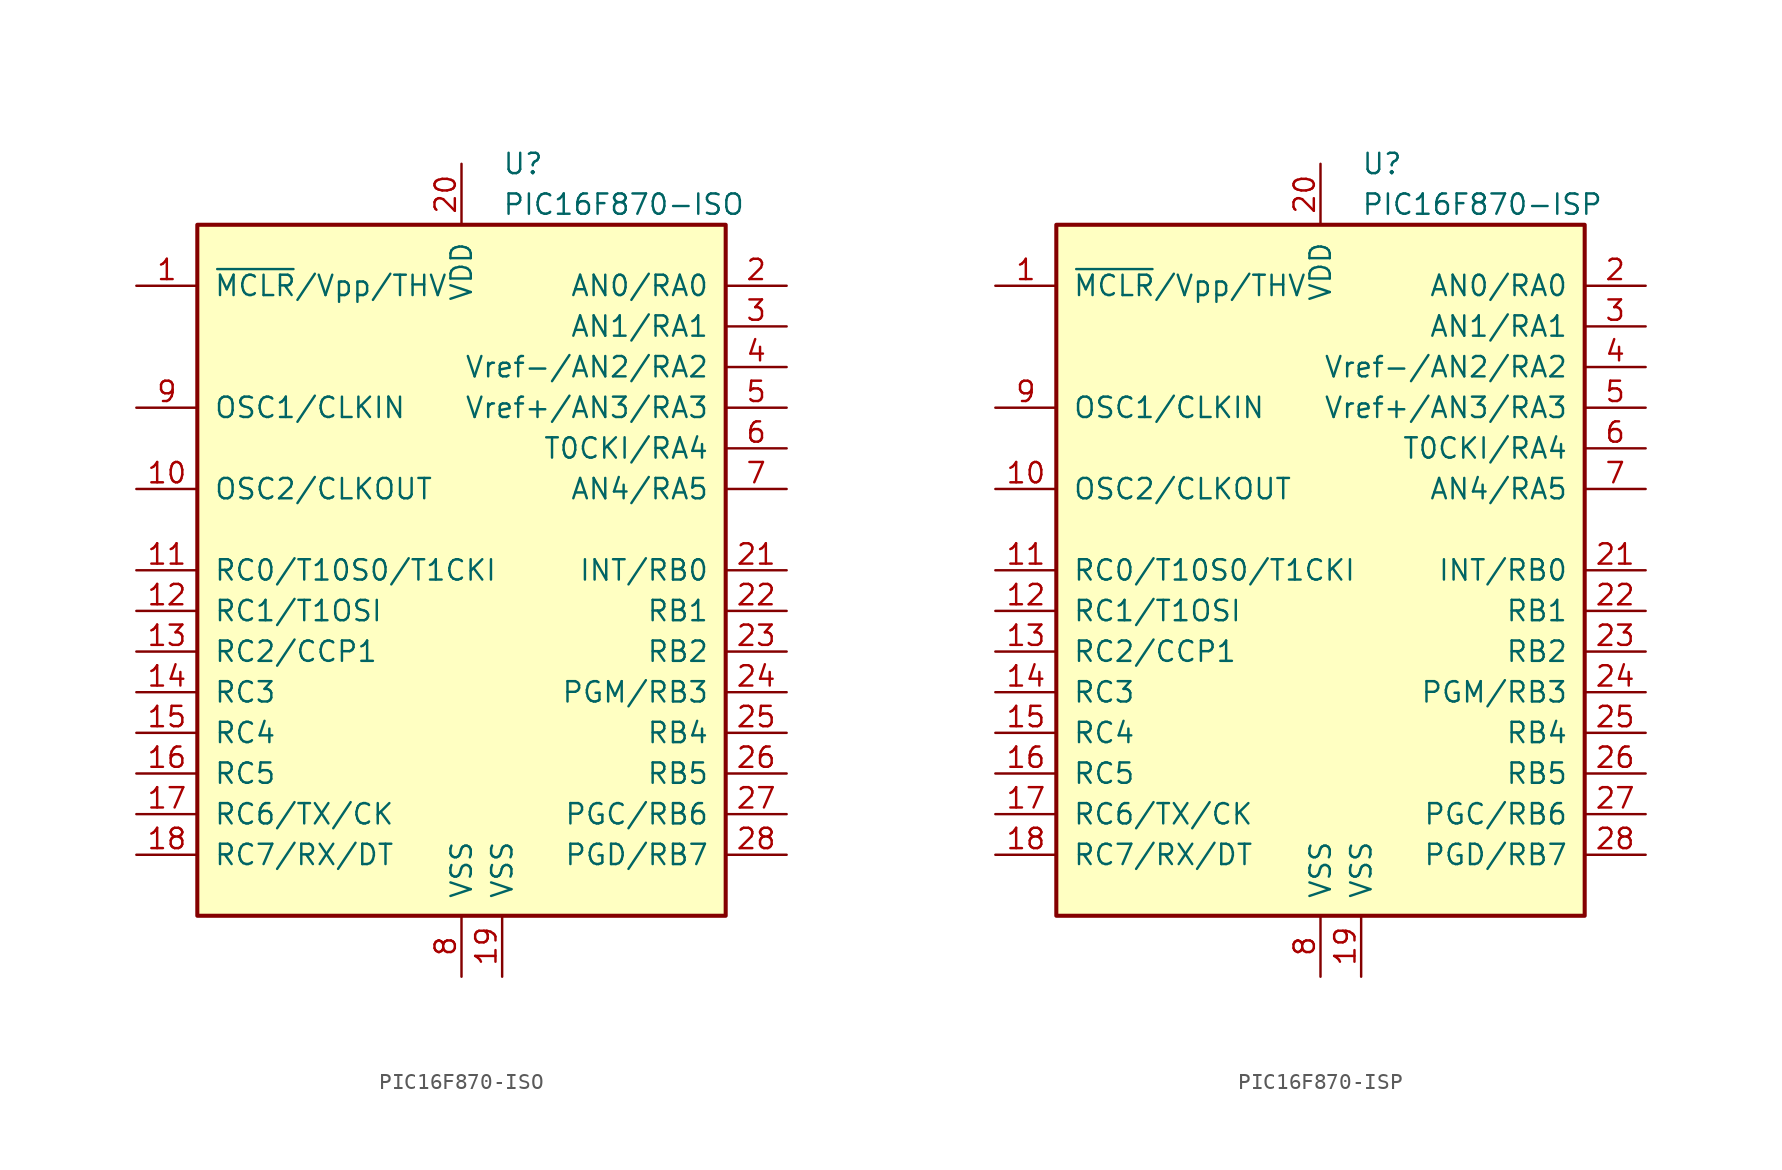
<source format=kicad_sym>
(kicad_symbol_lib
  (version 20201005)
  (generator kicad_symbol_editor)
  (symbol "MCU_Microchip_PIC16:PIC16F870-ISO"
    (pin_names
      (offset 1.016))
    (property "Reference" "U"
      (at 2.54 25.4 0)
      (effects (font (size 1.27 1.27)) (justify left)))
    (property "Value" "PIC16F870-ISO"
      (at 2.54 22.86 0)
      (effects (font (size 1.27 1.27)) (justify left)))
    (symbol "PIC16F870-ISO_0_1"
      (rectangle (start -16.51 -21.59) (end 16.51 21.59) (stroke (width 0.254)) (fill (type background))))
    (symbol "PIC16F870-ISO_1_1"
      (pin input line (at -20.32 17.78 0) (length 3.81) (name "~MCLR~/Vpp/THV" (effects (font (size 1.27 1.27)))) (number "1" (effects (font (size 1.27 1.27)))))
      (pin output line (at -20.32 5.08 0) (length 3.81) (name "OSC2/CLKOUT" (effects (font (size 1.27 1.27)))) (number "10" (effects (font (size 1.27 1.27)))))
      (pin bidirectional line (at -20.32 0 0) (length 3.81) (name "RC0/T10S0/T1CKI" (effects (font (size 1.27 1.27)))) (number "11" (effects (font (size 1.27 1.27)))))
      (pin bidirectional line (at -20.32 -2.54 0) (length 3.81) (name "RC1/T1OSI" (effects (font (size 1.27 1.27)))) (number "12" (effects (font (size 1.27 1.27)))))
      (pin bidirectional line (at -20.32 -5.08 0) (length 3.81) (name "RC2/CCP1" (effects (font (size 1.27 1.27)))) (number "13" (effects (font (size 1.27 1.27)))))
      (pin bidirectional line (at -20.32 -7.62 0) (length 3.81) (name "RC3" (effects (font (size 1.27 1.27)))) (number "14" (effects (font (size 1.27 1.27)))))
      (pin bidirectional line (at -20.32 -10.16 0) (length 3.81) (name "RC4" (effects (font (size 1.27 1.27)))) (number "15" (effects (font (size 1.27 1.27)))))
      (pin bidirectional line (at -20.32 -12.7 0) (length 3.81) (name "RC5" (effects (font (size 1.27 1.27)))) (number "16" (effects (font (size 1.27 1.27)))))
      (pin bidirectional line (at -20.32 -15.24 0) (length 3.81) (name "RC6/TX/CK" (effects (font (size 1.27 1.27)))) (number "17" (effects (font (size 1.27 1.27)))))
      (pin bidirectional line (at -20.32 -17.78 0) (length 3.81) (name "RC7/RX/DT" (effects (font (size 1.27 1.27)))) (number "18" (effects (font (size 1.27 1.27)))))
      (pin power_in line (at 2.54 -25.4 90) (length 3.81) (name "VSS" (effects (font (size 1.27 1.27)))) (number "19" (effects (font (size 1.27 1.27)))))
      (pin bidirectional line (at 20.32 17.78 180) (length 3.81) (name "AN0/RA0" (effects (font (size 1.27 1.27)))) (number "2" (effects (font (size 1.27 1.27)))))
      (pin power_in line (at 0 25.4 270) (length 3.81) (name "VDD" (effects (font (size 1.27 1.27)))) (number "20" (effects (font (size 1.27 1.27)))))
      (pin bidirectional line (at 20.32 0 180) (length 3.81) (name "INT/RB0" (effects (font (size 1.27 1.27)))) (number "21" (effects (font (size 1.27 1.27)))))
      (pin bidirectional line (at 20.32 -2.54 180) (length 3.81) (name "RB1" (effects (font (size 1.27 1.27)))) (number "22" (effects (font (size 1.27 1.27)))))
      (pin bidirectional line (at 20.32 -5.08 180) (length 3.81) (name "RB2" (effects (font (size 1.27 1.27)))) (number "23" (effects (font (size 1.27 1.27)))))
      (pin bidirectional line (at 20.32 -7.62 180) (length 3.81) (name "PGM/RB3" (effects (font (size 1.27 1.27)))) (number "24" (effects (font (size 1.27 1.27)))))
      (pin bidirectional line (at 20.32 -10.16 180) (length 3.81) (name "RB4" (effects (font (size 1.27 1.27)))) (number "25" (effects (font (size 1.27 1.27)))))
      (pin bidirectional line (at 20.32 -12.7 180) (length 3.81) (name "RB5" (effects (font (size 1.27 1.27)))) (number "26" (effects (font (size 1.27 1.27)))))
      (pin bidirectional line (at 20.32 -15.24 180) (length 3.81) (name "PGC/RB6" (effects (font (size 1.27 1.27)))) (number "27" (effects (font (size 1.27 1.27)))))
      (pin bidirectional line (at 20.32 -17.78 180) (length 3.81) (name "PGD/RB7" (effects (font (size 1.27 1.27)))) (number "28" (effects (font (size 1.27 1.27)))))
      (pin bidirectional line (at 20.32 15.24 180) (length 3.81) (name "AN1/RA1" (effects (font (size 1.27 1.27)))) (number "3" (effects (font (size 1.27 1.27)))))
      (pin bidirectional line (at 20.32 12.7 180) (length 3.81) (name "Vref-/AN2/RA2" (effects (font (size 1.27 1.27)))) (number "4" (effects (font (size 1.27 1.27)))))
      (pin bidirectional line (at 20.32 10.16 180) (length 3.81) (name "Vref+/AN3/RA3" (effects (font (size 1.27 1.27)))) (number "5" (effects (font (size 1.27 1.27)))))
      (pin bidirectional line (at 20.32 7.62 180) (length 3.81) (name "T0CKI/RA4" (effects (font (size 1.27 1.27)))) (number "6" (effects (font (size 1.27 1.27)))))
      (pin bidirectional line (at 20.32 5.08 180) (length 3.81) (name "AN4/RA5" (effects (font (size 1.27 1.27)))) (number "7" (effects (font (size 1.27 1.27)))))
      (pin power_in line (at 0 -25.4 90) (length 3.81) (name "VSS" (effects (font (size 1.27 1.27)))) (number "8" (effects (font (size 1.27 1.27)))))
      (pin input line (at -20.32 10.16 0) (length 3.81) (name "OSC1/CLKIN" (effects (font (size 1.27 1.27)))) (number "9" (effects (font (size 1.27 1.27)))))))
  (symbol "MCU_Microchip_PIC16:PIC16F870-ISP"
    (pin_names
      (offset 1.016))
    (property "Reference" "U"
      (at 2.54 25.4 0)
      (effects (font (size 1.27 1.27)) (justify left)))
    (property "Value" "PIC16F870-ISP"
      (at 2.54 22.86 0)
      (effects (font (size 1.27 1.27)) (justify left)))
    (symbol "PIC16F870-ISP_0_1"
      (rectangle (start -16.51 -21.59) (end 16.51 21.59) (stroke (width 0.254)) (fill (type background))))
    (symbol "PIC16F870-ISP_1_1"
      (pin input line (at -20.32 17.78 0) (length 3.81) (name "~MCLR~/Vpp/THV" (effects (font (size 1.27 1.27)))) (number "1" (effects (font (size 1.27 1.27)))))
      (pin output line (at -20.32 5.08 0) (length 3.81) (name "OSC2/CLKOUT" (effects (font (size 1.27 1.27)))) (number "10" (effects (font (size 1.27 1.27)))))
      (pin bidirectional line (at -20.32 0 0) (length 3.81) (name "RC0/T10S0/T1CKI" (effects (font (size 1.27 1.27)))) (number "11" (effects (font (size 1.27 1.27)))))
      (pin bidirectional line (at -20.32 -2.54 0) (length 3.81) (name "RC1/T1OSI" (effects (font (size 1.27 1.27)))) (number "12" (effects (font (size 1.27 1.27)))))
      (pin bidirectional line (at -20.32 -5.08 0) (length 3.81) (name "RC2/CCP1" (effects (font (size 1.27 1.27)))) (number "13" (effects (font (size 1.27 1.27)))))
      (pin bidirectional line (at -20.32 -7.62 0) (length 3.81) (name "RC3" (effects (font (size 1.27 1.27)))) (number "14" (effects (font (size 1.27 1.27)))))
      (pin bidirectional line (at -20.32 -10.16 0) (length 3.81) (name "RC4" (effects (font (size 1.27 1.27)))) (number "15" (effects (font (size 1.27 1.27)))))
      (pin bidirectional line (at -20.32 -12.7 0) (length 3.81) (name "RC5" (effects (font (size 1.27 1.27)))) (number "16" (effects (font (size 1.27 1.27)))))
      (pin bidirectional line (at -20.32 -15.24 0) (length 3.81) (name "RC6/TX/CK" (effects (font (size 1.27 1.27)))) (number "17" (effects (font (size 1.27 1.27)))))
      (pin bidirectional line (at -20.32 -17.78 0) (length 3.81) (name "RC7/RX/DT" (effects (font (size 1.27 1.27)))) (number "18" (effects (font (size 1.27 1.27)))))
      (pin power_in line (at 2.54 -25.4 90) (length 3.81) (name "VSS" (effects (font (size 1.27 1.27)))) (number "19" (effects (font (size 1.27 1.27)))))
      (pin bidirectional line (at 20.32 17.78 180) (length 3.81) (name "AN0/RA0" (effects (font (size 1.27 1.27)))) (number "2" (effects (font (size 1.27 1.27)))))
      (pin power_in line (at 0 25.4 270) (length 3.81) (name "VDD" (effects (font (size 1.27 1.27)))) (number "20" (effects (font (size 1.27 1.27)))))
      (pin bidirectional line (at 20.32 0 180) (length 3.81) (name "INT/RB0" (effects (font (size 1.27 1.27)))) (number "21" (effects (font (size 1.27 1.27)))))
      (pin bidirectional line (at 20.32 -2.54 180) (length 3.81) (name "RB1" (effects (font (size 1.27 1.27)))) (number "22" (effects (font (size 1.27 1.27)))))
      (pin bidirectional line (at 20.32 -5.08 180) (length 3.81) (name "RB2" (effects (font (size 1.27 1.27)))) (number "23" (effects (font (size 1.27 1.27)))))
      (pin bidirectional line (at 20.32 -7.62 180) (length 3.81) (name "PGM/RB3" (effects (font (size 1.27 1.27)))) (number "24" (effects (font (size 1.27 1.27)))))
      (pin bidirectional line (at 20.32 -10.16 180) (length 3.81) (name "RB4" (effects (font (size 1.27 1.27)))) (number "25" (effects (font (size 1.27 1.27)))))
      (pin bidirectional line (at 20.32 -12.7 180) (length 3.81) (name "RB5" (effects (font (size 1.27 1.27)))) (number "26" (effects (font (size 1.27 1.27)))))
      (pin bidirectional line (at 20.32 -15.24 180) (length 3.81) (name "PGC/RB6" (effects (font (size 1.27 1.27)))) (number "27" (effects (font (size 1.27 1.27)))))
      (pin bidirectional line (at 20.32 -17.78 180) (length 3.81) (name "PGD/RB7" (effects (font (size 1.27 1.27)))) (number "28" (effects (font (size 1.27 1.27)))))
      (pin bidirectional line (at 20.32 15.24 180) (length 3.81) (name "AN1/RA1" (effects (font (size 1.27 1.27)))) (number "3" (effects (font (size 1.27 1.27)))))
      (pin bidirectional line (at 20.32 12.7 180) (length 3.81) (name "Vref-/AN2/RA2" (effects (font (size 1.27 1.27)))) (number "4" (effects (font (size 1.27 1.27)))))
      (pin bidirectional line (at 20.32 10.16 180) (length 3.81) (name "Vref+/AN3/RA3" (effects (font (size 1.27 1.27)))) (number "5" (effects (font (size 1.27 1.27)))))
      (pin bidirectional line (at 20.32 7.62 180) (length 3.81) (name "T0CKI/RA4" (effects (font (size 1.27 1.27)))) (number "6" (effects (font (size 1.27 1.27)))))
      (pin bidirectional line (at 20.32 5.08 180) (length 3.81) (name "AN4/RA5" (effects (font (size 1.27 1.27)))) (number "7" (effects (font (size 1.27 1.27)))))
      (pin power_in line (at 0 -25.4 90) (length 3.81) (name "VSS" (effects (font (size 1.27 1.27)))) (number "8" (effects (font (size 1.27 1.27)))))
      (pin input line (at -20.32 10.16 0) (length 3.81) (name "OSC1/CLKIN" (effects (font (size 1.27 1.27)))) (number "9" (effects (font (size 1.27 1.27))))))))
</source>
